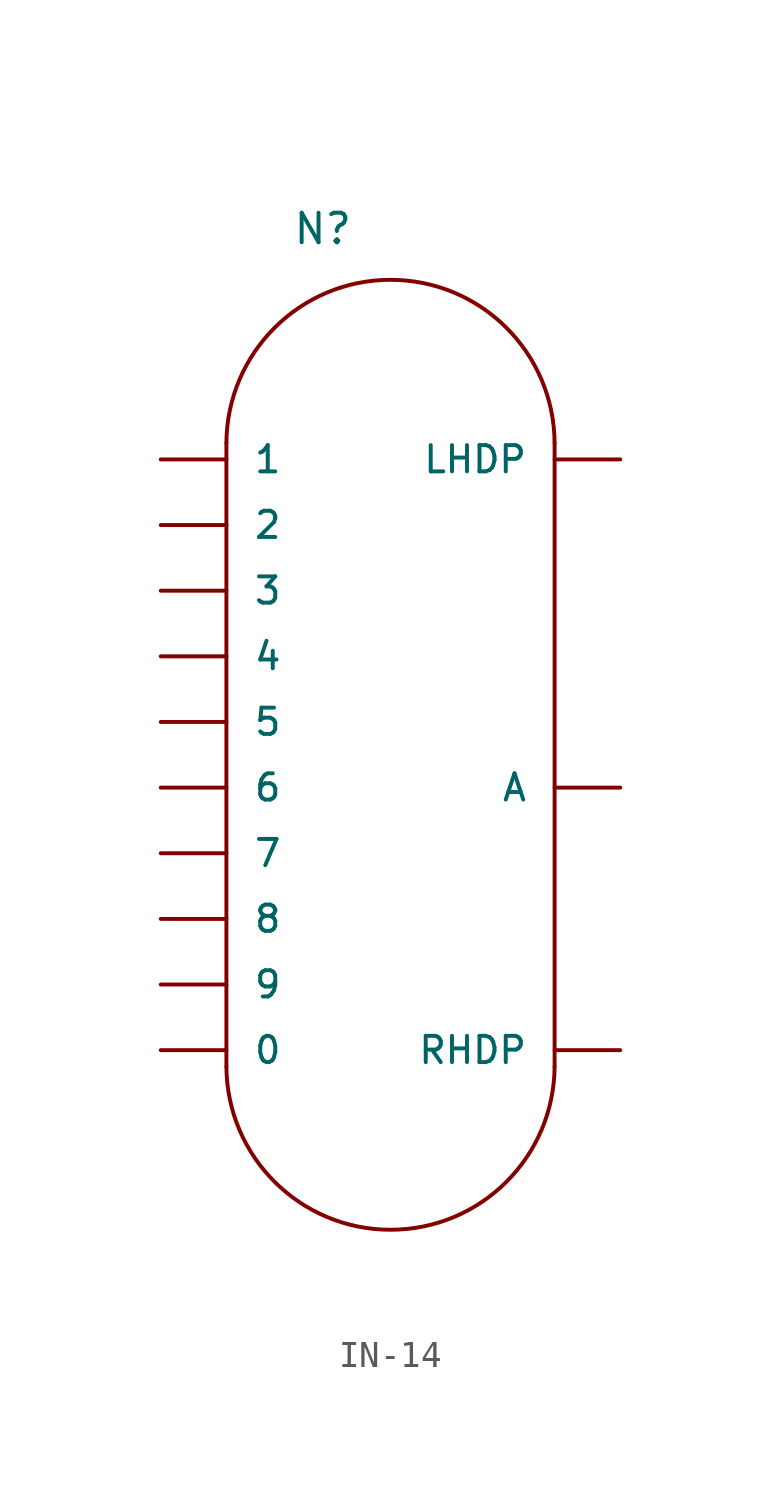
<source format=kicad_sym>
(kicad_symbol_lib
  (version 20211014)
  (generator kicad_symbol_editor)
  (symbol "IN-14"
    (pin_numbers hide)
    (pin_names
      (offset 1.016))
    (property "Reference" "N"
      (at -2.54 18.415 0)
      (effects (font (size 1.143 1.143)) (justify left bottom)))
    (property "ki_locked" ""
      (at 0 0 0)
      (effects (font (size 1.27 1.27))))
    (symbol "IN-14_1_0"
      (polyline (pts (xy -5.08 -13.335) (xy -5.08 10.795)) (stroke (width 0) (type default) (color 0 0 0 0)) (fill (type none)))
      (polyline (pts (xy 7.62 -13.335) (xy 7.62 10.795)) (stroke (width 0) (type default) (color 0 0 0 0)) (fill (type none))))
    (symbol "IN-14_1_1"
      (arc (start -5.08 -13.335) (mid 1.27 -19.685) (end 7.62 -13.335) (stroke (width 0) (type default) (color 0 0 0 0)) (fill (type none)))
      (arc (start 7.62 10.795) (mid 1.27 17.145) (end -5.08 10.795) (stroke (width 0) (type default) (color 0 0 0 0)) (fill (type none)))
      (pin bidirectional line (at -7.62 -12.7 0) (length 2.54) (name "0" (effects (font (size 1.016 1.016)))) (number "0" (effects (font (size 1.016 1.016)))))
      (pin bidirectional line (at -7.62 10.16 0) (length 2.54) (name "1" (effects (font (size 1.016 1.016)))) (number "1" (effects (font (size 1.016 1.016)))))
      (pin bidirectional line (at -7.62 7.62 0) (length 2.54) (name "2" (effects (font (size 1.016 1.016)))) (number "2" (effects (font (size 1.016 1.016)))))
      (pin bidirectional line (at -7.62 5.08 0) (length 2.54) (name "3" (effects (font (size 1.016 1.016)))) (number "3" (effects (font (size 1.016 1.016)))))
      (pin bidirectional line (at -7.62 2.54 0) (length 2.54) (name "4" (effects (font (size 1.016 1.016)))) (number "4" (effects (font (size 1.016 1.016)))))
      (pin bidirectional line (at -7.62 0 0) (length 2.54) (name "5" (effects (font (size 1.016 1.016)))) (number "5" (effects (font (size 1.016 1.016)))))
      (pin bidirectional line (at -7.62 -2.54 0) (length 2.54) (name "6" (effects (font (size 1.016 1.016)))) (number "6" (effects (font (size 1.016 1.016)))))
      (pin bidirectional line (at -7.62 -5.08 0) (length 2.54) (name "7" (effects (font (size 1.016 1.016)))) (number "7" (effects (font (size 1.016 1.016)))))
      (pin bidirectional line (at -7.62 -7.62 0) (length 2.54) (name "8" (effects (font (size 1.016 1.016)))) (number "8" (effects (font (size 1.016 1.016)))))
      (pin bidirectional line (at -7.62 -10.16 0) (length 2.54) (name "9" (effects (font (size 1.016 1.016)))) (number "9" (effects (font (size 1.016 1.016)))))
      (pin bidirectional line (at 10.16 -2.54 180) (length 2.54) (name "A" (effects (font (size 1.016 1.016)))) (number "A" (effects (font (size 1.016 1.016)))))
      (pin bidirectional line (at 10.16 10.16 180) (length 2.54) (name "LHDP" (effects (font (size 1.016 1.016)))) (number "LHDP" (effects (font (size 1.016 1.016)))))
      (pin bidirectional line (at 10.16 -12.7 180) (length 2.54) (name "RHDP" (effects (font (size 1.016 1.016)))) (number "RHDP" (effects (font (size 1.016 1.016))))))))
</source>
